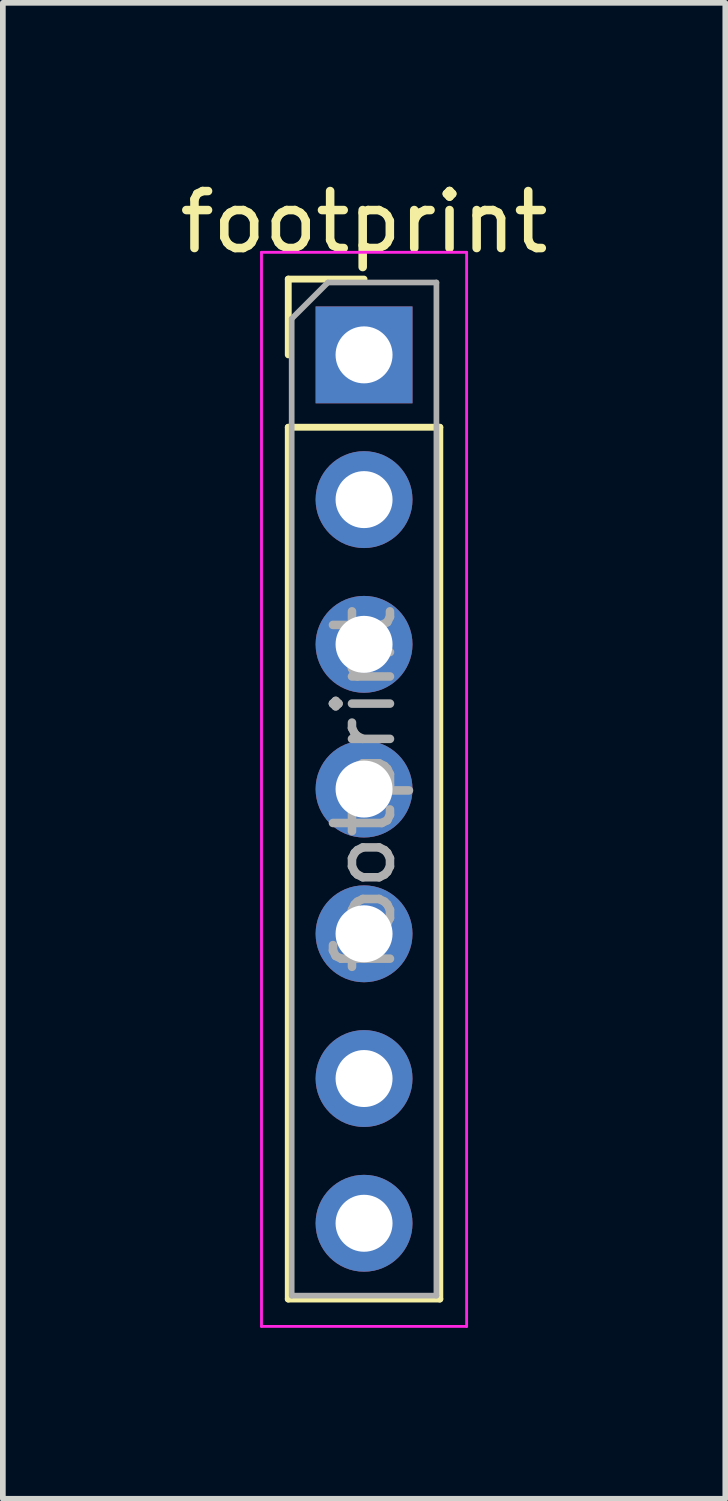
<source format=kicad_pcb>
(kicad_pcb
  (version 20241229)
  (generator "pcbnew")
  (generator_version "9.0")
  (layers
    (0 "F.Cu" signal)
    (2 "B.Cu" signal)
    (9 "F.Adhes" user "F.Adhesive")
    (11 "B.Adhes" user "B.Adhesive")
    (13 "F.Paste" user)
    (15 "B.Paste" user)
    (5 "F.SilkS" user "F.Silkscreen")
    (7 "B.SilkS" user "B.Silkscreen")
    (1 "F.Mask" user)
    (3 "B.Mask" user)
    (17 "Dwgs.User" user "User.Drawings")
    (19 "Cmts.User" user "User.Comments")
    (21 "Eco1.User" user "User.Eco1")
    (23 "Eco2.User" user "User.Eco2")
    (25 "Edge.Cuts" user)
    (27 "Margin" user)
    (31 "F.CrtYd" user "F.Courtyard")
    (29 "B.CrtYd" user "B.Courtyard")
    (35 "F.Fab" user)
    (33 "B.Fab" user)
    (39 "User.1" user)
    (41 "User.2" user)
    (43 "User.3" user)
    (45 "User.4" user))
  (footprint "footprint"
    (layer "F.Cu")
    (at 3.339 3.178)
    (property "Reference" "footprint" (at 0 -2.33 0) (layer "F.SilkS") (effects (font (size 1 1) (thickness 0.15))))
    (attr through_hole)
    (fp_line (start -1.33 -1.33) (end 0 -1.33) (stroke (width 0.12) (type solid)) (layer "F.SilkS"))
    (fp_line (start -1.33 0) (end -1.33 -1.33) (stroke (width 0.12) (type solid)) (layer "F.SilkS"))
    (fp_line (start -1.33 1.27) (end -1.33 16.57) (stroke (width 0.12) (type solid)) (layer "F.SilkS"))
    (fp_line (start -1.33 1.27) (end 1.33 1.27) (stroke (width 0.12) (type solid)) (layer "F.SilkS"))
    (fp_line (start -1.33 16.57) (end 1.33 16.57) (stroke (width 0.12) (type solid)) (layer "F.SilkS"))
    (fp_line (start 1.33 1.27) (end 1.33 16.57) (stroke (width 0.12) (type solid)) (layer "F.SilkS"))
    (fp_line (start -1.8 -1.8) (end -1.8 17.05) (stroke (width 0.05) (type solid)) (layer "F.CrtYd"))
    (fp_line (start -1.8 17.05) (end 1.8 17.05) (stroke (width 0.05) (type solid)) (layer "F.CrtYd"))
    (fp_line (start 1.8 -1.8) (end -1.8 -1.8) (stroke (width 0.05) (type solid)) (layer "F.CrtYd"))
    (fp_line (start 1.8 17.05) (end 1.8 -1.8) (stroke (width 0.05) (type solid)) (layer "F.CrtYd"))
    (fp_line (start -1.27 -0.635) (end -0.635 -1.27) (stroke (width 0.1) (type solid)) (layer "F.Fab"))
    (fp_line (start -1.27 16.51) (end -1.27 -0.635) (stroke (width 0.1) (type solid)) (layer "F.Fab"))
    (fp_line (start -0.635 -1.27) (end 1.27 -1.27) (stroke (width 0.1) (type solid)) (layer "F.Fab"))
    (fp_line (start 1.27 -1.27) (end 1.27 16.51) (stroke (width 0.1) (type solid)) (layer "F.Fab"))
    (fp_line (start 1.27 16.51) (end -1.27 16.51) (stroke (width 0.1) (type solid)) (layer "F.Fab"))
    (fp_text user "${REFERENCE}" (at 0 7.62 90) (layer "F.Fab") (effects (font (size 1 1) (thickness 0.15))))
    (pad "1" thru_hole rect (at 0 0) (size 1.7 1.7) (drill 1) (layers "*.Cu" "*.Mask"))
    (pad "2" thru_hole oval (at 0 2.54) (size 1.7 1.7) (drill 1) (layers "*.Cu" "*.Mask"))
    (pad "3" thru_hole oval (at 0 5.08) (size 1.7 1.7) (drill 1) (layers "*.Cu" "*.Mask"))
    (pad "4" thru_hole oval (at 0 7.62) (size 1.7 1.7) (drill 1) (layers "*.Cu" "*.Mask"))
    (pad "5" thru_hole oval (at 0 10.16) (size 1.7 1.7) (drill 1) (layers "*.Cu" "*.Mask"))
    (pad "6" thru_hole oval (at 0 12.7) (size 1.7 1.7) (drill 1) (layers "*.Cu" "*.Mask"))
    (pad "7" thru_hole oval (at 0 15.24) (size 1.7 1.7) (drill 1) (layers "*.Cu" "*.Mask")))
  (gr_rect
    (start -3 -3)
    (end 9.679 23.253)
    (stroke (width 0.1) (type default))
    (fill no)
    (layer "Edge.Cuts")))
</source>
